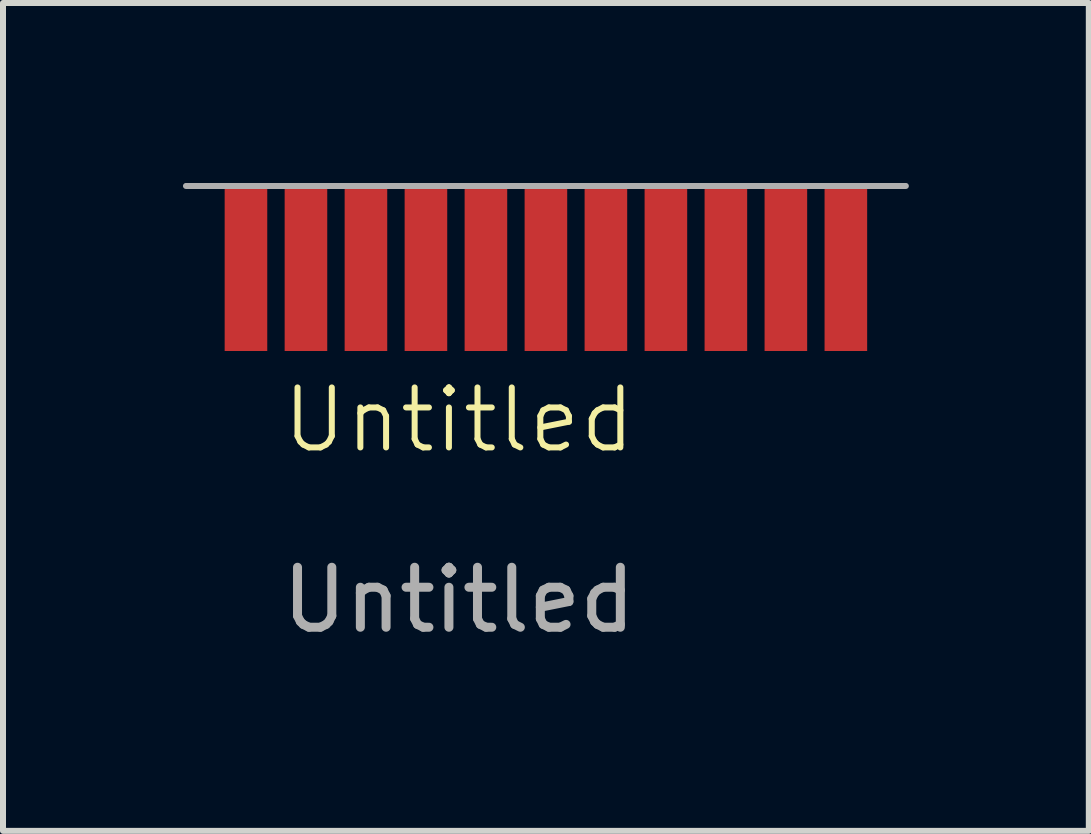
<source format=kicad_pcb>
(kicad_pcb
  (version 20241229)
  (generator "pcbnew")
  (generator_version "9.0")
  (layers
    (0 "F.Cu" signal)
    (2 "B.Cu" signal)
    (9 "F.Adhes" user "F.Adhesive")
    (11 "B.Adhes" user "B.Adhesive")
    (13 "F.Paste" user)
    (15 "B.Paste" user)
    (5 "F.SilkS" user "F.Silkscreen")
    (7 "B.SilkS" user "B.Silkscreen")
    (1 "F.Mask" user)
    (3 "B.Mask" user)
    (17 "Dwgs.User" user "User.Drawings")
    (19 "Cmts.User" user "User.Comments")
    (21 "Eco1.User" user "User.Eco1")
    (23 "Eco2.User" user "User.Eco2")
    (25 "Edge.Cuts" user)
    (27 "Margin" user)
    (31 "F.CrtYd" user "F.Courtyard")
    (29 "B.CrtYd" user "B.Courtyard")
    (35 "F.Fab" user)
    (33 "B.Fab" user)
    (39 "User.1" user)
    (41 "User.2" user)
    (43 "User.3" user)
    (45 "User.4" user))
  (footprint "Untitled"
    (layer "F.Cu")
    (at 4.6 3.451)
    (property "Reference" "Untitled" (at 0 0.5 0) (unlocked yes) (layer "F.SilkS") (effects (font (size 1 1) (thickness 0.1))))
    (attr smd)
    (fp_line (start -4.55 -3.401) (end 7.45 -3.401) (stroke (width 0.1) (type default)) (layer "F.Fab"))
    (fp_text user "${REFERENCE}" (at 0 3.5 0) (unlocked yes) (layer "F.Fab") (effects (font (size 1 1) (thickness 0.15))))
    (pad "1" smd rect (at -3.55 -2) (size 0.71 2.7) (layers "F.Cu" "F.Mask" "F.Paste"))
    (pad "2" smd rect (at -2.55 -2) (size 0.71 2.7) (layers "F.Cu" "F.Mask" "F.Paste"))
    (pad "3" smd rect (at -1.55 -2) (size 0.71 2.7) (layers "F.Cu" "F.Mask" "F.Paste"))
    (pad "4" smd rect (at -0.55 -2) (size 0.71 2.7) (layers "F.Cu" "F.Mask" "F.Paste"))
    (pad "5" smd rect (at 0.45 -2) (size 0.71 2.7) (layers "F.Cu" "F.Mask" "F.Paste"))
    (pad "6" smd rect (at 1.45 -2) (size 0.71 2.7) (layers "F.Cu" "F.Mask" "F.Paste"))
    (pad "7" smd rect (at 2.45 -2) (size 0.71 2.7) (layers "F.Cu" "F.Mask" "F.Paste"))
    (pad "8" smd rect (at 3.45 -2) (size 0.71 2.7) (layers "F.Cu" "F.Mask" "F.Paste"))
    (pad "9" smd rect (at 4.45 -2) (size 0.71 2.7) (layers "F.Cu" "F.Mask" "F.Paste"))
    (pad "10" smd rect (at 5.45 -2) (size 0.71 2.7) (layers "F.Cu" "F.Mask" "F.Paste"))
    (pad "11" smd rect (at 6.45 -2) (size 0.71 2.7) (layers "F.Cu" "F.Mask" "F.Paste")))
  (gr_rect
    (start -3 -3)
    (end 15.1 10.8)
    (stroke (width 0.1) (type default))
    (fill no)
    (layer "Edge.Cuts")))
</source>
